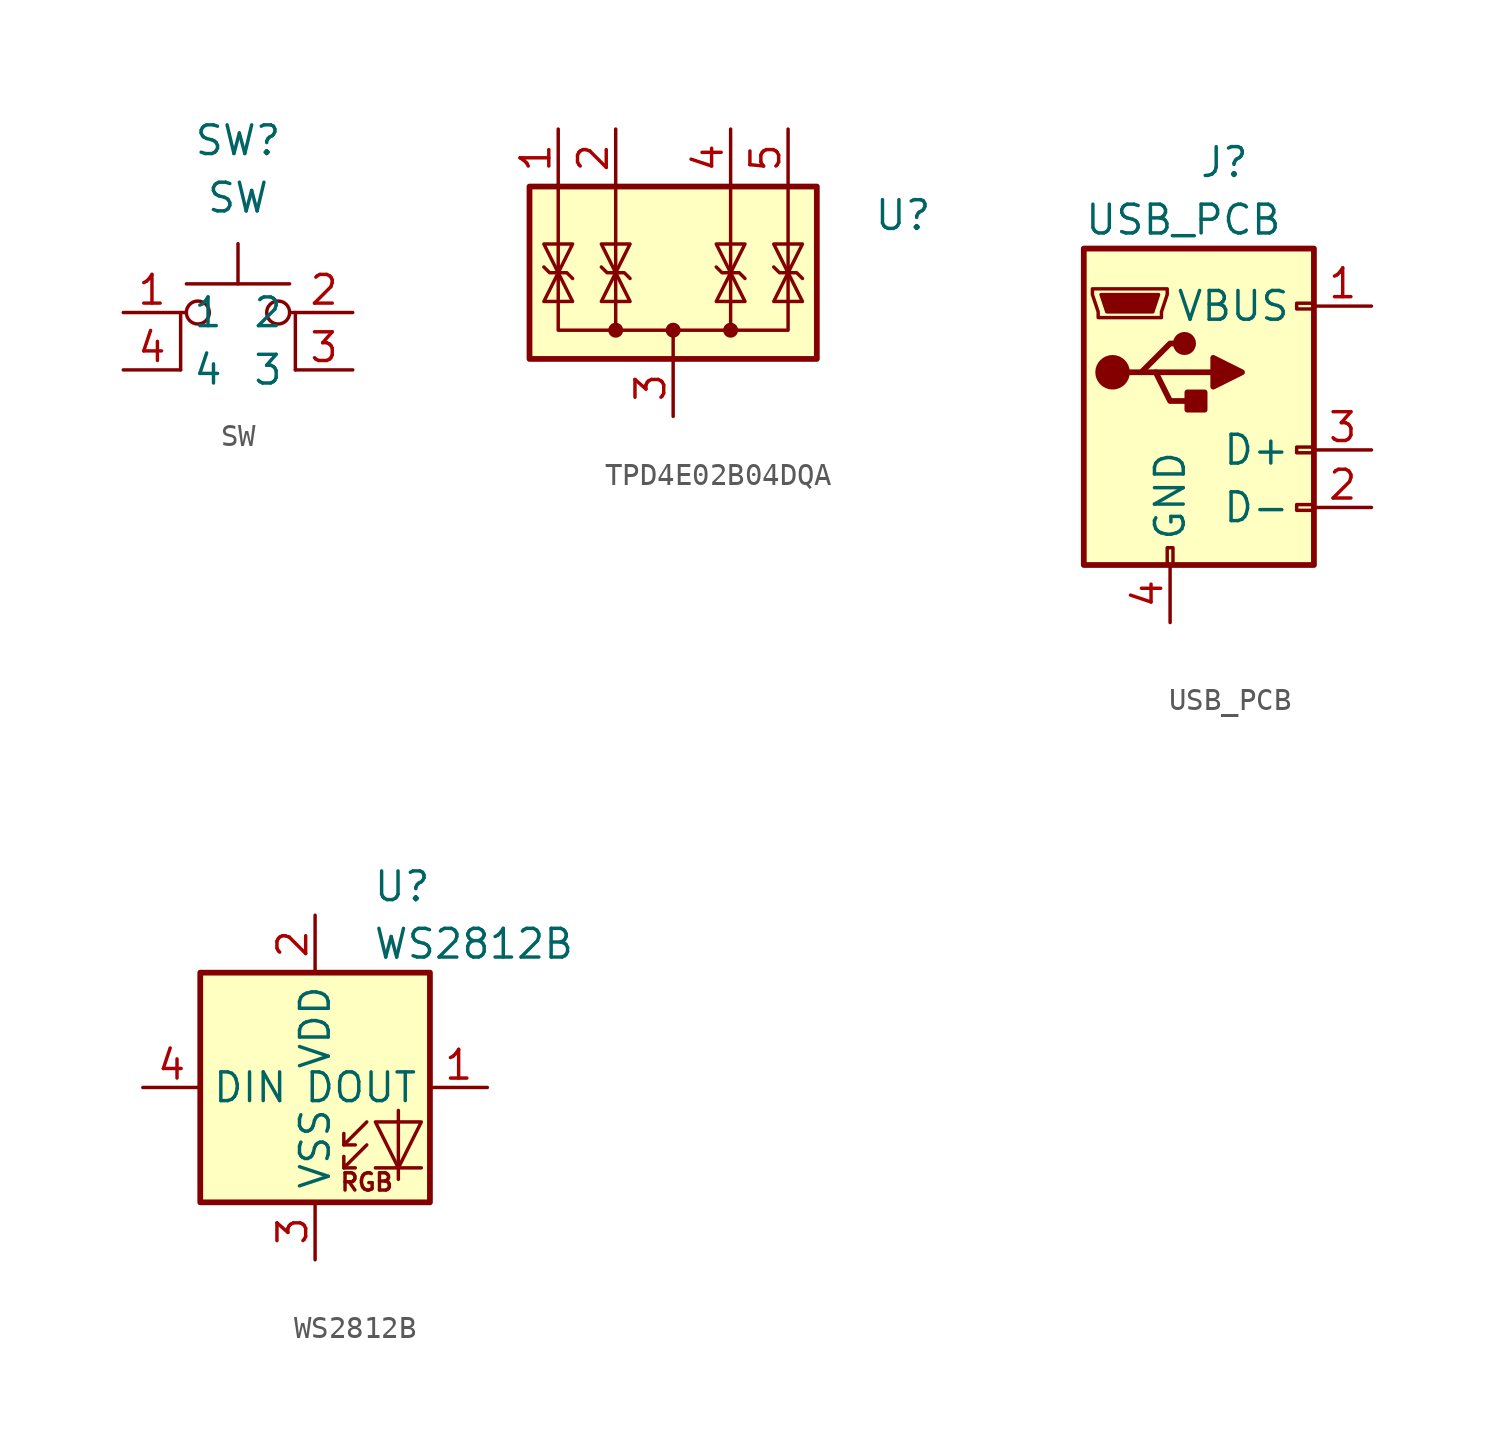
<source format=kicad_sym>
(kicad_symbol_lib
  (version 20220914)
  (generator kicad_symbol_editor)
  (symbol "SW"
    (property "Reference" "SW"
      (at 0 8.89 0)
      (effects (font (size 1.27 1.27))))
    (property "Value" "SW"
      (at 0 6.35 0)
      (effects (font (size 1.27 1.27))))
    (symbol "SW_0_1"
      (circle (center -1.778 1.27) (radius 0.508) (stroke (width 0) (type default)) (fill (type none)))
      (polyline (pts (xy -2.286 2.54) (xy 2.286 2.54)) (stroke (width 0) (type default)) (fill (type none)))
      (polyline (pts (xy 0 2.54) (xy 0 4.318)) (stroke (width 0) (type default)) (fill (type none)))
      (polyline (pts (xy -2.54 -1.27) (xy -2.54 1.27) (xy -2.286 1.27)) (stroke (width 0) (type default)) (fill (type none)))
      (polyline (pts (xy 2.54 -1.27) (xy 2.54 1.27) (xy 2.286 1.27)) (stroke (width 0) (type default)) (fill (type none)))
      (circle (center 1.778 1.27) (radius 0.508) (stroke (width 0) (type default)) (fill (type none)))
      (pin passive line (at -5.08 1.27 0) (length 2.54) (name "1" (effects (font (size 1.27 1.27)))) (number "1" (effects (font (size 1.27 1.27)))))
      (pin passive line (at 5.08 1.27 180) (length 2.54) (name "2" (effects (font (size 1.27 1.27)))) (number "2" (effects (font (size 1.27 1.27)))))
      (pin passive line (at 5.08 -1.27 180) (length 2.54) (name "3" (effects (font (size 1.27 1.27)))) (number "3" (effects (font (size 1.27 1.27)))))
      (pin passive line (at -5.08 -1.27 0) (length 2.54) (name "4" (effects (font (size 1.27 1.27)))) (number "4" (effects (font (size 1.27 1.27)))))))
  (symbol "TPD4E02B04DQA"
    (pin_names hide)
    (property "Reference" "U"
      (at 10.16 -1.27 0)
      (effects (font (size 1.27 1.27))))
    (property "Value" ""
      (at 0 0 0)
      (effects (font (size 1.27 1.27))))
    (symbol "TPD4E02B04DQA_0_0"
      (pin passive line (at 0 -10.16 90) (length 2.54) (name "G" (effects (font (size 1.27 1.27)))) (number "3" (effects (font (size 1.27 1.27))))))
    (symbol "TPD4E02B04DQA_0_1"
      (rectangle (start -6.35 0) (end 6.35 -7.62) (stroke (width 0.254) (type default)) (fill (type background)))
      (circle (center 0 -6.35) (radius 0.254) (stroke (width 0) (type default)) (fill (type outline)))
      (polyline (pts (xy -2.54 0) (xy -2.54 -6.35)) (stroke (width 0) (type default)) (fill (type none)))
      (polyline (pts (xy 0 -6.35) (xy 0 -7.62)) (stroke (width 0) (type default)) (fill (type none)))
      (polyline (pts (xy 2.54 0) (xy 2.54 -6.35)) (stroke (width 0) (type default)) (fill (type none)))
      (polyline (pts (xy -5.08 0) (xy -5.08 -6.35) (xy 5.08 -6.35) (xy 5.08 0)) (stroke (width 0) (type default)) (fill (type none)))
      (polyline (pts (xy -4.445 -5.08) (xy -5.715 -5.08) (xy -5.08 -3.81) (xy -4.445 -5.08)) (stroke (width 0) (type default)) (fill (type none)))
      (polyline (pts (xy -3.175 -3.556) (xy -2.921 -3.81) (xy -2.159 -3.81) (xy -1.905 -4.064)) (stroke (width 0) (type default)) (fill (type none)))
      (polyline (pts (xy -2.54 -3.81) (xy -1.905 -5.08) (xy -3.175 -5.08) (xy -2.54 -3.81)) (stroke (width 0) (type default)) (fill (type none)))
      (polyline (pts (xy 2.54 -3.81) (xy 1.905 -5.08) (xy 3.175 -5.08) (xy 2.54 -3.81)) (stroke (width 0) (type default)) (fill (type none)))
      (polyline (pts (xy 5.08 -3.81) (xy 4.445 -5.08) (xy 5.715 -5.08) (xy 5.08 -3.81)) (stroke (width 0) (type default)) (fill (type none)))
      (circle (center 2.54 -6.35) (radius 0.254) (stroke (width 0) (type default)) (fill (type outline))))
    (symbol "TPD4E02B04DQA_1_1"
      (circle (center -2.54 -6.35) (radius 0.254) (stroke (width 0) (type default)) (fill (type outline)))
      (polyline (pts (xy -5.715 -3.556) (xy -5.461 -3.81) (xy -4.699 -3.81) (xy -4.445 -4.064)) (stroke (width 0) (type default)) (fill (type none)))
      (polyline (pts (xy -5.08 -3.81) (xy -5.715 -2.54) (xy -4.445 -2.54) (xy -5.08 -3.81)) (stroke (width 0) (type default)) (fill (type none)))
      (polyline (pts (xy -2.54 -3.81) (xy -3.175 -2.54) (xy -1.905 -2.54) (xy -2.54 -3.81)) (stroke (width 0) (type default)) (fill (type none)))
      (polyline (pts (xy 1.905 -3.556) (xy 2.159 -3.81) (xy 2.921 -3.81) (xy 3.175 -4.064)) (stroke (width 0) (type default)) (fill (type none)))
      (polyline (pts (xy 2.54 -3.81) (xy 1.905 -2.54) (xy 3.175 -2.54) (xy 2.54 -3.81)) (stroke (width 0) (type default)) (fill (type none)))
      (polyline (pts (xy 4.445 -3.556) (xy 4.699 -3.81) (xy 5.461 -3.81) (xy 5.715 -4.064)) (stroke (width 0) (type default)) (fill (type none)))
      (polyline (pts (xy 5.08 -3.81) (xy 4.445 -2.54) (xy 5.715 -2.54) (xy 5.08 -3.81)) (stroke (width 0) (type default)) (fill (type none)))
      (pin passive line (at -5.08 2.54 270) (length 2.54) (name "IO1" (effects (font (size 1.27 1.27)))) (number "1" (effects (font (size 1.27 1.27)))))
      (pin no_connect line (at -5.08 -7.62 90) (length 2.54) hide (name "NC" (effects (font (size 1.27 1.27)))) (number "10" (effects (font (size 1.27 1.27)))))
      (pin passive line (at -2.54 2.54 270) (length 2.54) (name "IO2" (effects (font (size 1.27 1.27)))) (number "2" (effects (font (size 1.27 1.27)))))
      (pin passive line (at 2.54 2.54 270) (length 2.54) (name "IO3" (effects (font (size 1.27 1.27)))) (number "4" (effects (font (size 1.27 1.27)))))
      (pin passive line (at 5.08 2.54 270) (length 2.54) (name "IO4" (effects (font (size 1.27 1.27)))) (number "5" (effects (font (size 1.27 1.27)))))
      (pin no_connect line (at 5.08 -7.62 90) (length 2.54) hide (name "NC" (effects (font (size 1.27 1.27)))) (number "6" (effects (font (size 1.27 1.27)))))
      (pin no_connect line (at 2.54 -7.62 90) (length 2.54) hide (name "NC" (effects (font (size 1.27 1.27)))) (number "7" (effects (font (size 1.27 1.27)))))
      (pin passive line (at 0 -10.16 90) (length 2.54) hide (name "G" (effects (font (size 1.27 1.27)))) (number "8" (effects (font (size 1.27 1.27)))))
      (pin no_connect line (at -2.54 -7.62 90) (length 2.54) hide (name "NC" (effects (font (size 1.27 1.27)))) (number "9" (effects (font (size 1.27 1.27)))))))
  (symbol "USB_PCB"
    (pin_names
      (offset 1.016))
    (property "Reference" "J"
      (at 0 11.43 0)
      (effects (font (size 1.27 1.27)) (justify left)))
    (property "Value" "USB_PCB"
      (at -5.08 8.89 0)
      (effects (font (size 1.27 1.27)) (justify left)))
    (symbol "USB_PCB_0_1"
      (rectangle (start -5.08 7.62) (end 5.08 -6.35) (stroke (width 0.254) (type default)) (fill (type background)))
      (circle (center -3.81 2.159) (radius 0.635) (stroke (width 0.254) (type default)) (fill (type outline)))
      (rectangle (start -1.397 -6.35) (end -1.143 -5.588) (stroke (width 0) (type default)) (fill (type none)))
      (circle (center -0.635 3.429) (radius 0.381) (stroke (width 0.254) (type default)) (fill (type outline)))
      (polyline (pts (xy -1.905 2.159) (xy 0.635 2.159)) (stroke (width 0.254) (type default)) (fill (type none)))
      (polyline (pts (xy -3.175 2.159) (xy -2.54 2.159) (xy -1.27 3.429) (xy -0.635 3.429)) (stroke (width 0.254) (type default)) (fill (type none)))
      (polyline (pts (xy -2.54 2.159) (xy -1.905 2.159) (xy -1.27 0.889) (xy 0 0.889)) (stroke (width 0.254) (type default)) (fill (type none)))
      (polyline (pts (xy 0.635 2.794) (xy 0.635 1.524) (xy 1.905 2.159) (xy 0.635 2.794)) (stroke (width 0.254) (type default)) (fill (type outline)))
      (polyline (pts (xy -4.318 5.588) (xy -1.778 5.588) (xy -2.032 4.826) (xy -4.064 4.826) (xy -4.318 5.588)) (stroke (width 0) (type default)) (fill (type outline)))
      (polyline (pts (xy -4.699 5.842) (xy -4.699 5.588) (xy -4.445 4.826) (xy -4.445 4.572) (xy -1.651 4.572) (xy -1.651 4.826) (xy -1.397 5.588) (xy -1.397 5.842) (xy -4.699 5.842)) (stroke (width 0) (type default)) (fill (type none)))
      (rectangle (start 0.254 1.27) (end -0.508 0.508) (stroke (width 0.254) (type default)) (fill (type outline)))
      (rectangle (start 5.08 -3.937) (end 4.318 -3.683) (stroke (width 0) (type default)) (fill (type none)))
      (rectangle (start 5.08 -1.397) (end 4.318 -1.143) (stroke (width 0) (type default)) (fill (type none)))
      (rectangle (start 5.08 4.953) (end 4.318 5.207) (stroke (width 0) (type default)) (fill (type none))))
    (symbol "USB_PCB_1_1"
      (pin power_out line (at 7.62 5.08 180) (length 2.54) (name "VBUS" (effects (font (size 1.27 1.27)))) (number "1" (effects (font (size 1.27 1.27)))))
      (pin passive line (at 7.62 -3.81 180) (length 2.54) (name "D-" (effects (font (size 1.27 1.27)))) (number "2" (effects (font (size 1.27 1.27)))))
      (pin passive line (at 7.62 -1.27 180) (length 2.54) (name "D+" (effects (font (size 1.27 1.27)))) (number "3" (effects (font (size 1.27 1.27)))))
      (pin power_out line (at -1.27 -8.89 90) (length 2.54) (name "GND" (effects (font (size 1.27 1.27)))) (number "4" (effects (font (size 1.27 1.27)))))))
  (symbol "WS2812B"
    (property "Reference" "U"
      (at 2.54 6.35 0)
      (effects (font (size 1.27 1.27)) (justify left)))
    (property "Value" "WS2812B"
      (at 2.54 3.81 0)
      (effects (font (size 1.27 1.27)) (justify left)))
    (symbol "WS2812B_0_0"
      (text "RGB" (at 2.286 -6.731 0) (effects (font (size 0.762 0.762)))))
    (symbol "WS2812B_0_1"
      (polyline (pts (xy 1.27 -6.096) (xy 1.778 -6.096)) (stroke (width 0) (type default)) (fill (type none)))
      (polyline (pts (xy 1.27 -5.08) (xy 1.778 -5.08)) (stroke (width 0) (type default)) (fill (type none)))
      (polyline (pts (xy 4.699 -6.096) (xy 2.667 -6.096)) (stroke (width 0) (type default)) (fill (type none)))
      (polyline (pts (xy 2.286 -5.08) (xy 1.27 -6.096) (xy 1.27 -5.588)) (stroke (width 0) (type default)) (fill (type none)))
      (polyline (pts (xy 2.286 -4.064) (xy 1.27 -5.08) (xy 1.27 -4.572)) (stroke (width 0) (type default)) (fill (type none)))
      (polyline (pts (xy 3.683 -3.556) (xy 3.683 -6.096) (xy 3.683 -6.604)) (stroke (width 0) (type default)) (fill (type none)))
      (polyline (pts (xy 4.699 -4.064) (xy 2.667 -4.064) (xy 3.683 -6.096) (xy 4.699 -4.064)) (stroke (width 0) (type default)) (fill (type none)))
      (rectangle (start 5.08 2.54) (end -5.08 -7.62) (stroke (width 0.254) (type default)) (fill (type background))))
    (symbol "WS2812B_1_1"
      (pin output line (at 7.62 -2.54 180) (length 2.54) (name "DOUT" (effects (font (size 1.27 1.27)))) (number "1" (effects (font (size 1.27 1.27)))))
      (pin power_in line (at 0 5.08 270) (length 2.54) (name "VDD" (effects (font (size 1.27 1.27)))) (number "2" (effects (font (size 1.27 1.27)))))
      (pin power_in line (at 0 -10.16 90) (length 2.54) (name "VSS" (effects (font (size 1.27 1.27)))) (number "3" (effects (font (size 1.27 1.27)))))
      (pin input line (at -7.62 -2.54 0) (length 2.54) (name "DIN" (effects (font (size 1.27 1.27)))) (number "4" (effects (font (size 1.27 1.27))))))))
</source>
